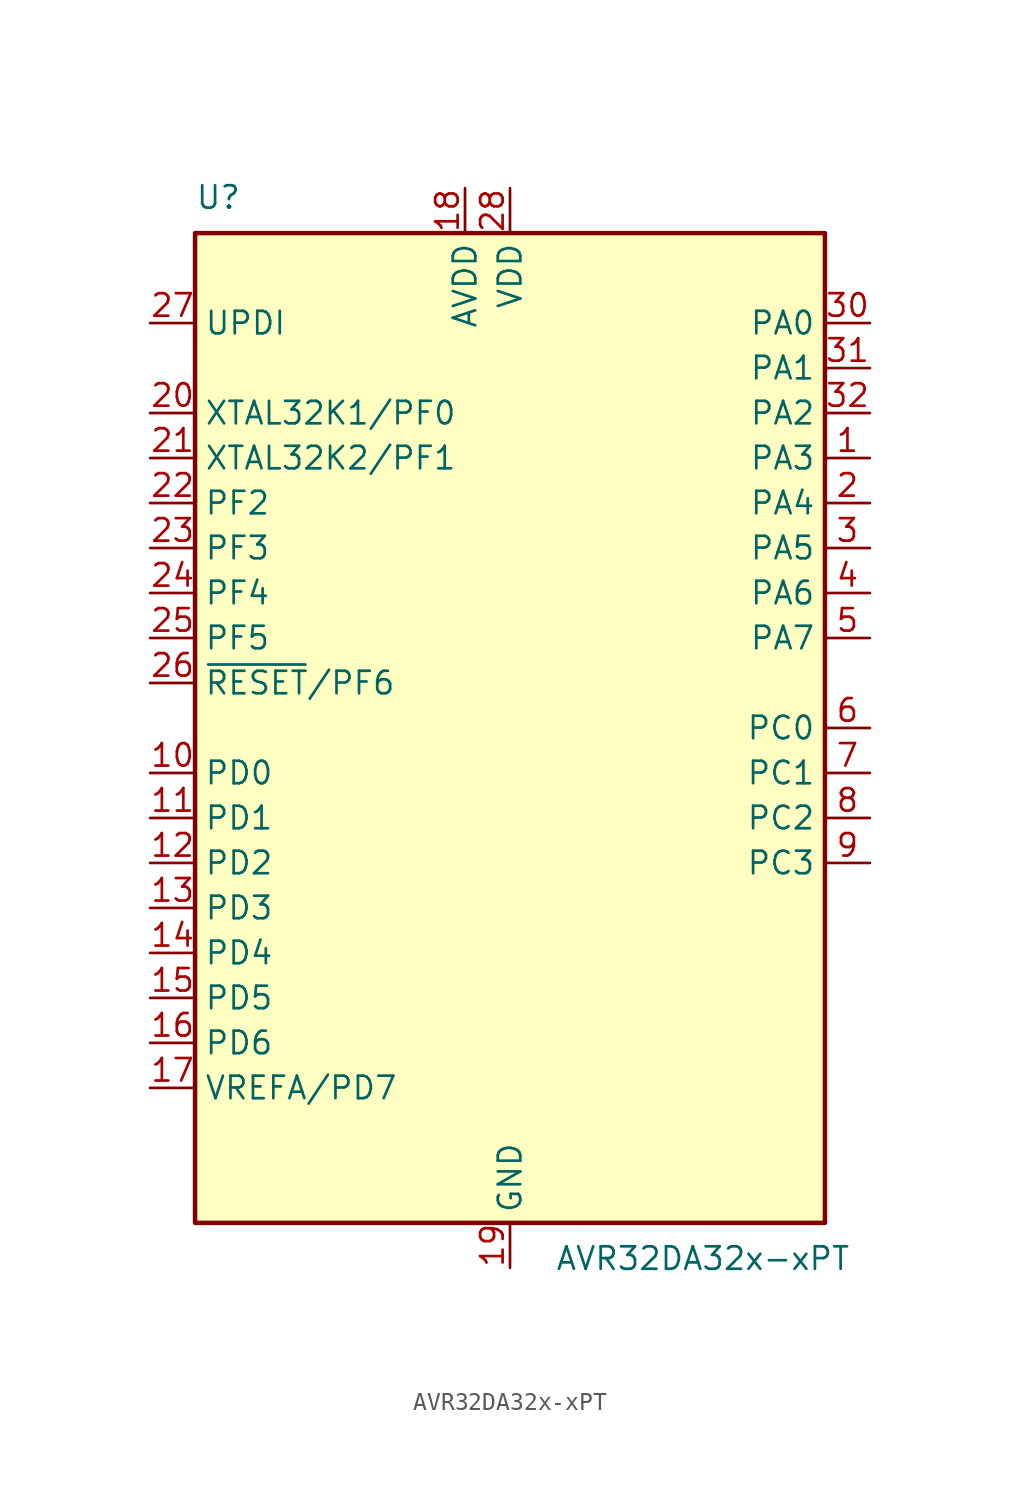
<source format=kicad_sym>
(kicad_symbol_lib
  (version 20211014)
  (generator kicad_symbol_editor)
  (symbol "AVR32DA32x-xPT"
    (property "Reference" "U"
      (at -17.78 29.21 0)
      (effects (font (size 1.27 1.27)) (justify left bottom)))
    (property "Value" "AVR32DA32x-xPT"
      (at 2.54 -29.21 0)
      (effects (font (size 1.27 1.27)) (justify left top)))
    (symbol "AVR32DA32x-xPT_0_1"
      (rectangle (start -17.78 27.94) (end 17.78 -27.94) (stroke (width 0.254) (type default) (color 0 0 0 0)) (fill (type background))))
    (symbol "AVR32DA32x-xPT_1_1"
      (pin bidirectional line (at 20.32 22.86 180) (length 2.54) (name "PA0" (effects (font (size 1.27 1.27)))) (number "30" (effects (font (size 1.27 1.27)))))
      (pin bidirectional line (at 20.32 20.32 180) (length 2.54) (name "PA1" (effects (font (size 1.27 1.27)))) (number "31" (effects (font (size 1.27 1.27)))))
      (pin bidirectional line (at 20.32 17.78 180) (length 2.54) (name "PA2" (effects (font (size 1.27 1.27)))) (number "32" (effects (font (size 1.27 1.27)))))
      (pin bidirectional line (at 20.32 15.24 180) (length 2.54) (name "PA3" (effects (font (size 1.27 1.27)))) (number "1" (effects (font (size 1.27 1.27)))))
      (pin bidirectional line (at 20.32 12.7 180) (length 2.54) (name "PA4" (effects (font (size 1.27 1.27)))) (number "2" (effects (font (size 1.27 1.27)))))
      (pin bidirectional line (at 20.32 10.16 180) (length 2.54) (name "PA5" (effects (font (size 1.27 1.27)))) (number "3" (effects (font (size 1.27 1.27)))))
      (pin bidirectional line (at 20.32 7.62 180) (length 2.54) (name "PA6" (effects (font (size 1.27 1.27)))) (number "4" (effects (font (size 1.27 1.27)))))
      (pin bidirectional line (at 20.32 5.08 180) (length 2.54) (name "PA7" (effects (font (size 1.27 1.27)))) (number "5" (effects (font (size 1.27 1.27)))))
      (pin bidirectional line (at 20.32 0 180) (length 2.54) (name "PC0" (effects (font (size 1.27 1.27)))) (number "6" (effects (font (size 1.27 1.27)))))
      (pin bidirectional line (at 20.32 -2.54 180) (length 2.54) (name "PC1" (effects (font (size 1.27 1.27)))) (number "7" (effects (font (size 1.27 1.27)))))
      (pin bidirectional line (at 20.32 -5.08 180) (length 2.54) (name "PC2" (effects (font (size 1.27 1.27)))) (number "8" (effects (font (size 1.27 1.27)))))
      (pin bidirectional line (at 20.32 -7.62 180) (length 2.54) (name "PC3" (effects (font (size 1.27 1.27)))) (number "9" (effects (font (size 1.27 1.27)))))
      (pin input line (at -20.32 22.86 0) (length 2.54) (name "UPDI" (effects (font (size 1.27 1.27)))) (number "27" (effects (font (size 1.27 1.27)))))
      (pin bidirectional line (at -20.32 17.78 0) (length 2.54) (name "XTAL32K1/PF0" (effects (font (size 1.27 1.27)))) (number "20" (effects (font (size 1.27 1.27)))))
      (pin bidirectional line (at -20.32 15.24 0) (length 2.54) (name "XTAL32K2/PF1" (effects (font (size 1.27 1.27)))) (number "21" (effects (font (size 1.27 1.27)))))
      (pin bidirectional line (at -20.32 12.7 0) (length 2.54) (name "PF2" (effects (font (size 1.27 1.27)))) (number "22" (effects (font (size 1.27 1.27)))))
      (pin bidirectional line (at -20.32 10.16 0) (length 2.54) (name "PF3" (effects (font (size 1.27 1.27)))) (number "23" (effects (font (size 1.27 1.27)))))
      (pin bidirectional line (at -20.32 7.62 0) (length 2.54) (name "PF4" (effects (font (size 1.27 1.27)))) (number "24" (effects (font (size 1.27 1.27)))))
      (pin bidirectional line (at -20.32 5.08 0) (length 2.54) (name "PF5" (effects (font (size 1.27 1.27)))) (number "25" (effects (font (size 1.27 1.27)))))
      (pin bidirectional line (at -20.32 2.54 0) (length 2.54) (name "~{RESET}/PF6" (effects (font (size 1.27 1.27)))) (number "26" (effects (font (size 1.27 1.27)))))
      (pin bidirectional line (at -20.32 -2.54 0) (length 2.54) (name "PD0" (effects (font (size 1.27 1.27)))) (number "10" (effects (font (size 1.27 1.27)))))
      (pin bidirectional line (at -20.32 -5.08 0) (length 2.54) (name "PD1" (effects (font (size 1.27 1.27)))) (number "11" (effects (font (size 1.27 1.27)))))
      (pin bidirectional line (at -20.32 -7.62 0) (length 2.54) (name "PD2" (effects (font (size 1.27 1.27)))) (number "12" (effects (font (size 1.27 1.27)))))
      (pin bidirectional line (at -20.32 -10.16 0) (length 2.54) (name "PD3" (effects (font (size 1.27 1.27)))) (number "13" (effects (font (size 1.27 1.27)))))
      (pin bidirectional line (at -20.32 -12.7 0) (length 2.54) (name "PD4" (effects (font (size 1.27 1.27)))) (number "14" (effects (font (size 1.27 1.27)))))
      (pin bidirectional line (at -20.32 -15.24 0) (length 2.54) (name "PD5" (effects (font (size 1.27 1.27)))) (number "15" (effects (font (size 1.27 1.27)))))
      (pin bidirectional line (at -20.32 -17.78 0) (length 2.54) (name "PD6" (effects (font (size 1.27 1.27)))) (number "16" (effects (font (size 1.27 1.27)))))
      (pin bidirectional line (at -20.32 -20.32 0) (length 2.54) (name "VREFA/PD7" (effects (font (size 1.27 1.27)))) (number "17" (effects (font (size 1.27 1.27)))))
      (pin power_in line (at -2.54 30.48 270) (length 2.54) (name "AVDD" (effects (font (size 1.27 1.27)))) (number "18" (effects (font (size 1.27 1.27)))))
      (pin power_in line (at 0 30.48 270) (length 2.54) (name "VDD" (effects (font (size 1.27 1.27)))) (number "28" (effects (font (size 1.27 1.27)))))
      (pin power_in line (at 0 -30.48 90) (length 2.54) (name "GND" (effects (font (size 1.27 1.27)))) (number "19" (effects (font (size 1.27 1.27)))))
      (pin passive line (at 0 -30.48 90) (length 2.54) hide (name "GND" (effects (font (size 1.27 1.27)))) (number "29" (effects (font (size 1.27 1.27))))))))
</source>
